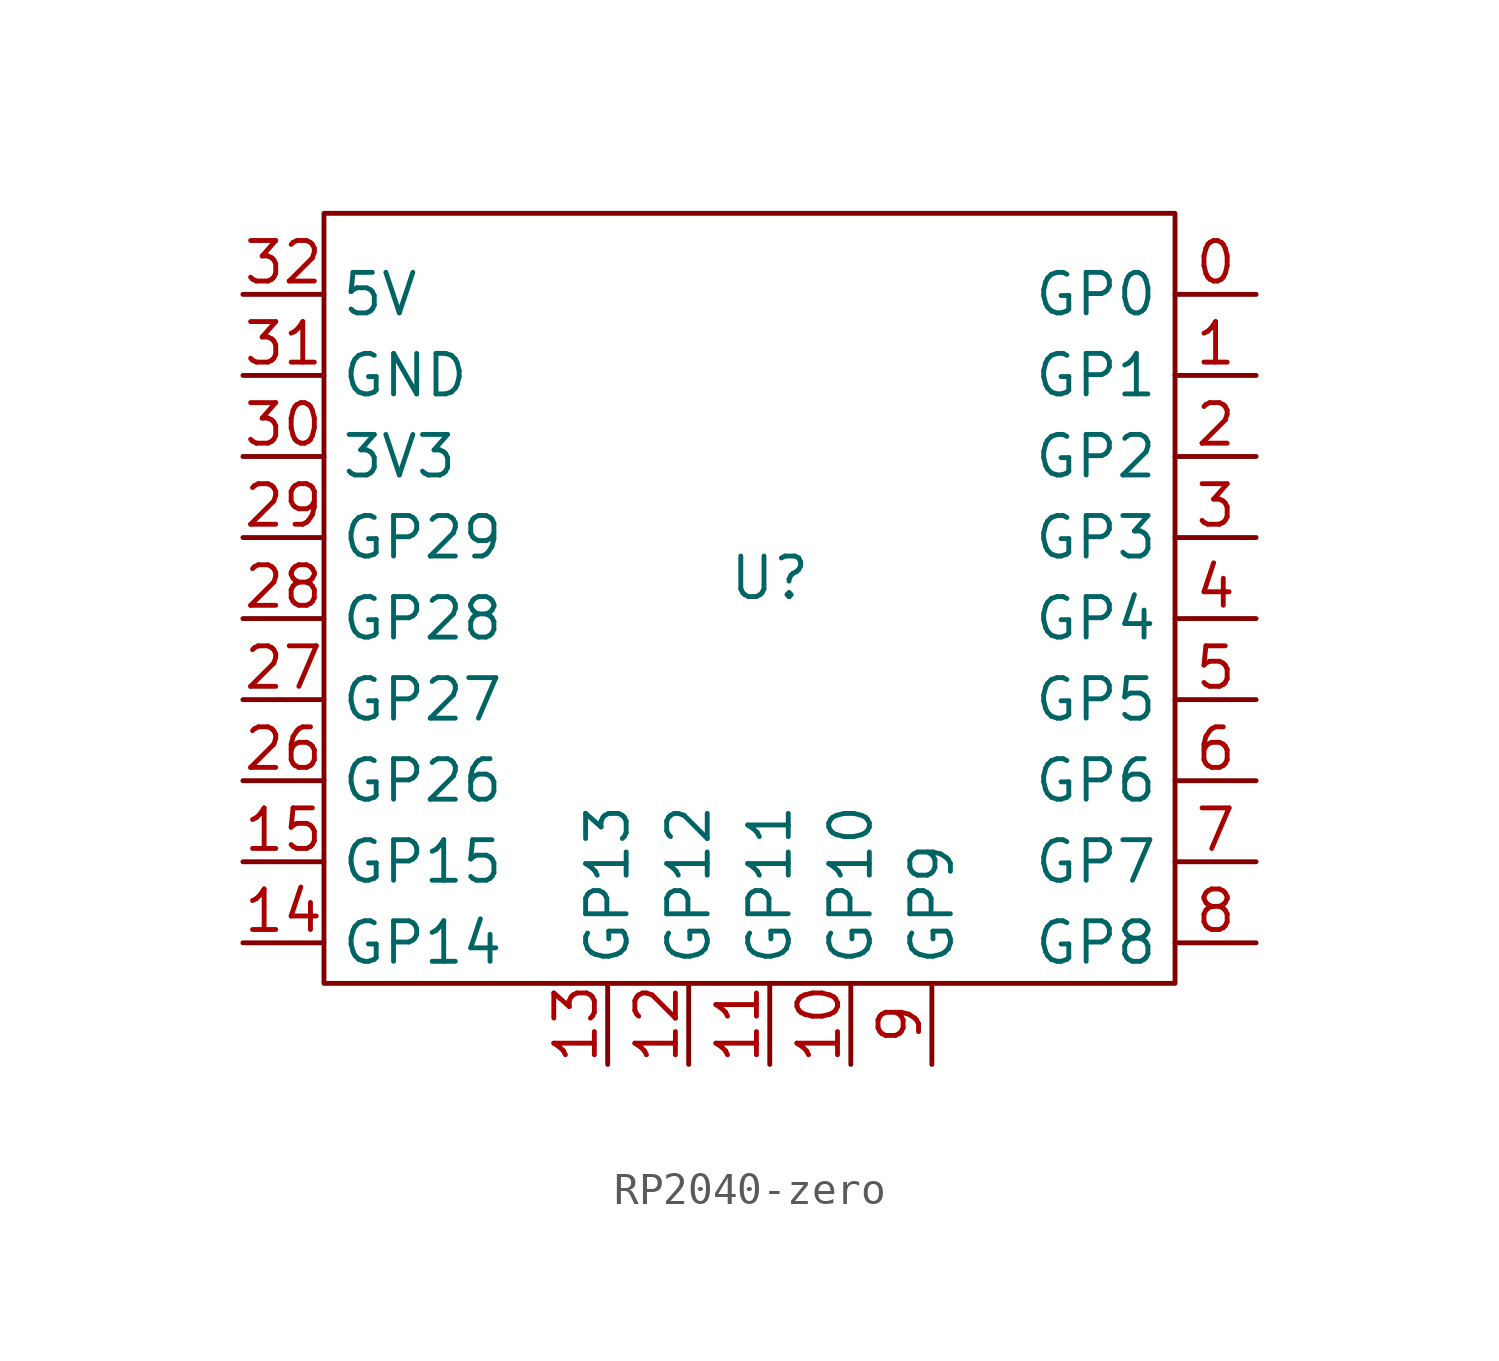
<source format=kicad_sym>
(kicad_symbol_lib
  (version 20220914)
  (generator kicad_symbol_editor)
  (symbol "RP2040-zero"
    (property "Reference" "U"
      (at 0 0 0)
      (effects (font (size 1.27 1.27))))
    (property "Value" ""
      (at -1.27 -3.81 0)
      (effects (font (size 1.27 1.27))))
    (symbol "RP2040-zero_0_1"
      (rectangle (start -13.97 11.43) (end 12.7 -12.7) (stroke (width 0) (type default)) (fill (type none))))
    (symbol "RP2040-zero_1_1"
      (pin passive line (at 15.24 8.89 180) (length 2.54) (name "GP0" (effects (font (size 1.27 1.27)))) (number "0" (effects (font (size 1.27 1.27)))))
      (pin passive line (at 15.24 6.35 180) (length 2.54) (name "GP1" (effects (font (size 1.27 1.27)))) (number "1" (effects (font (size 1.27 1.27)))))
      (pin passive line (at 2.54 -15.24 90) (length 2.54) (name "GP10" (effects (font (size 1.27 1.27)))) (number "10" (effects (font (size 1.27 1.27)))))
      (pin passive line (at 0 -15.24 90) (length 2.54) (name "GP11" (effects (font (size 1.27 1.27)))) (number "11" (effects (font (size 1.27 1.27)))))
      (pin passive line (at -2.54 -15.24 90) (length 2.54) (name "GP12" (effects (font (size 1.27 1.27)))) (number "12" (effects (font (size 1.27 1.27)))))
      (pin passive line (at -5.08 -15.24 90) (length 2.54) (name "GP13" (effects (font (size 1.27 1.27)))) (number "13" (effects (font (size 1.27 1.27)))))
      (pin passive line (at -16.51 -11.43 0) (length 2.54) (name "GP14" (effects (font (size 1.27 1.27)))) (number "14" (effects (font (size 1.27 1.27)))))
      (pin passive line (at -16.51 -8.89 0) (length 2.54) (name "GP15" (effects (font (size 1.27 1.27)))) (number "15" (effects (font (size 1.27 1.27)))))
      (pin passive line (at 15.24 3.81 180) (length 2.54) (name "GP2" (effects (font (size 1.27 1.27)))) (number "2" (effects (font (size 1.27 1.27)))))
      (pin passive line (at -16.51 -6.35 0) (length 2.54) (name "GP26" (effects (font (size 1.27 1.27)))) (number "26" (effects (font (size 1.27 1.27)))))
      (pin passive line (at -16.51 -3.81 0) (length 2.54) (name "GP27" (effects (font (size 1.27 1.27)))) (number "27" (effects (font (size 1.27 1.27)))))
      (pin passive line (at -16.51 -1.27 0) (length 2.54) (name "GP28" (effects (font (size 1.27 1.27)))) (number "28" (effects (font (size 1.27 1.27)))))
      (pin passive line (at -16.51 1.27 0) (length 2.54) (name "GP29" (effects (font (size 1.27 1.27)))) (number "29" (effects (font (size 1.27 1.27)))))
      (pin passive line (at 15.24 1.27 180) (length 2.54) (name "GP3" (effects (font (size 1.27 1.27)))) (number "3" (effects (font (size 1.27 1.27)))))
      (pin power_out line (at -16.51 3.81 0) (length 2.54) (name "3V3" (effects (font (size 1.27 1.27)))) (number "30" (effects (font (size 1.27 1.27)))))
      (pin power_out line (at -16.51 6.35 0) (length 2.54) (name "GND" (effects (font (size 1.27 1.27)))) (number "31" (effects (font (size 1.27 1.27)))))
      (pin power_out line (at -16.51 8.89 0) (length 2.54) (name "5V" (effects (font (size 1.27 1.27)))) (number "32" (effects (font (size 1.27 1.27)))))
      (pin passive line (at 15.24 -1.27 180) (length 2.54) (name "GP4" (effects (font (size 1.27 1.27)))) (number "4" (effects (font (size 1.27 1.27)))))
      (pin passive line (at 15.24 -3.81 180) (length 2.54) (name "GP5" (effects (font (size 1.27 1.27)))) (number "5" (effects (font (size 1.27 1.27)))))
      (pin passive line (at 15.24 -6.35 180) (length 2.54) (name "GP6" (effects (font (size 1.27 1.27)))) (number "6" (effects (font (size 1.27 1.27)))))
      (pin passive line (at 15.24 -8.89 180) (length 2.54) (name "GP7" (effects (font (size 1.27 1.27)))) (number "7" (effects (font (size 1.27 1.27)))))
      (pin passive line (at 15.24 -11.43 180) (length 2.54) (name "GP8" (effects (font (size 1.27 1.27)))) (number "8" (effects (font (size 1.27 1.27)))))
      (pin passive line (at 5.08 -15.24 90) (length 2.54) (name "GP9" (effects (font (size 1.27 1.27)))) (number "9" (effects (font (size 1.27 1.27))))))))
</source>
